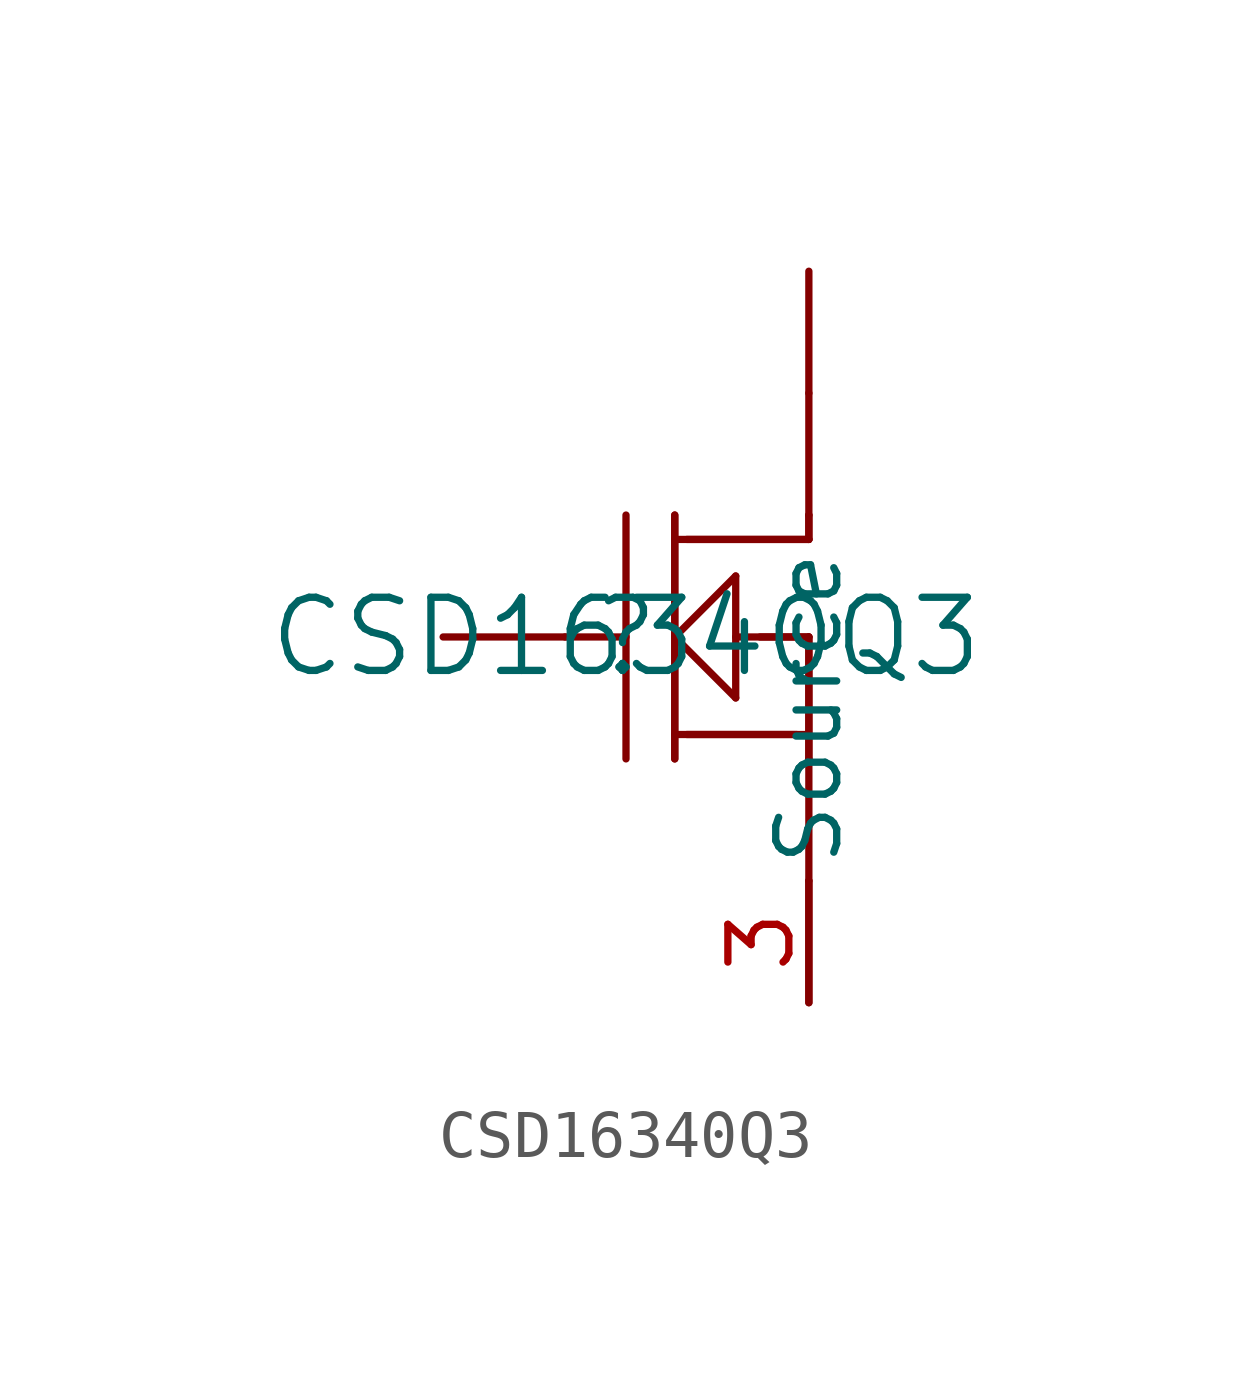
<source format=kicad_sym>
(kicad_symbol_lib
  (version 20211014)
  (generator kicad_symbol_editor)
  (symbol "CSD16340Q3"
    (pin_names
      (offset 0.254))
    (property "Reference" ""
      (at 0 0 0)
      (effects (font (size 1.524 1.524))))
    (property "Value" "CSD16340Q3"
      (at 0 0 0)
      (effects (font (size 1.524 1.524))))
    (polyline
      (pts (xy -3.81 0) (xy -1.27 0))
      (stroke (width 0.152) (type default) (color 0 0 0 0))
      (fill (type none)))
    (polyline
      (pts (xy 3.81 7.62) (xy 3.81 5.08))
      (stroke (width 0.152) (type default) (color 0 0 0 0))
      (fill (type none)))
    (polyline
      (pts (xy 3.81 -7.62) (xy 3.81 -5.08))
      (stroke (width 0.152) (type default) (color 0 0 0 0))
      (fill (type none)))
    (polyline
      (pts (xy 1.016 2.54) (xy 1.016 -2.54))
      (stroke (width 0.152) (type default) (color 0 0 0 0))
      (fill (type none)))
    (polyline
      (pts (xy 3.81 2.54) (xy 3.81 2.032))
      (stroke (width 0.152) (type default) (color 0 0 0 0))
      (fill (type none)))
    (polyline
      (pts (xy 3.81 2.032) (xy 1.27 2.032))
      (stroke (width 0.152) (type default) (color 0 0 0 0))
      (fill (type none)))
    (polyline
      (pts (xy 2.794 0) (xy 3.81 0))
      (stroke (width 0.152) (type default) (color 0 0 0 0))
      (fill (type none)))
    (polyline
      (pts (xy 3.81 0) (xy 3.81 -2.54))
      (stroke (width 0.152) (type default) (color 0 0 0 0))
      (fill (type none)))
    (polyline
      (pts (xy 1.27 -2.032) (xy 3.556 -2.032))
      (stroke (width 0.152) (type default) (color 0 0 0 0))
      (fill (type none)))
    (polyline
      (pts (xy 3.81 2.54) (xy 3.81 2.032))
      (stroke (width 0.152) (type default) (color 0 0 0 0))
      (fill (type none)))
    (polyline
      (pts (xy 3.81 2.032) (xy 1.016 2.032))
      (stroke (width 0.152) (type default) (color 0 0 0 0))
      (fill (type none)))
    (polyline
      (pts (xy 1.016 2.54) (xy 1.016 -2.54))
      (stroke (width 0.152) (type default) (color 0 0 0 0))
      (fill (type none)))
    (polyline
      (pts (xy 1.016 -2.032) (xy 3.81 -2.032))
      (stroke (width 0.152) (type default) (color 0 0 0 0))
      (fill (type none)))
    (polyline
      (pts (xy 1.016 0) (xy 2.286 1.27))
      (stroke (width 0.152) (type default) (color 0 0 0 0))
      (fill (type none)))
    (polyline
      (pts (xy 2.286 1.27) (xy 2.286 -1.27))
      (stroke (width 0.152) (type default) (color 0 0 0 0))
      (fill (type none)))
    (polyline
      (pts (xy 2.286 -1.27) (xy 1.016 0))
      (stroke (width 0.152) (type default) (color 0 0 0 0))
      (fill (type none)))
    (polyline
      (pts (xy 2.286 0) (xy 3.81 0))
      (stroke (width 0.152) (type default) (color 0 0 0 0))
      (fill (type none)))
    (polyline
      (pts (xy 3.81 0) (xy 3.81 -2.54))
      (stroke (width 0.152) (type default) (color 0 0 0 0))
      (fill (type none)))
    (polyline
      (pts (xy -1.27 0) (xy 0 0))
      (stroke (width 0.152) (type default) (color 0 0 0 0))
      (fill (type none)))
    (polyline
      (pts (xy 0 -2.54) (xy 0 2.54))
      (stroke (width 0.152) (type default) (color 0 0 0 0))
      (fill (type none)))
    (polyline
      (pts (xy 3.81 5.08) (xy 3.81 2.54))
      (stroke (width 0.152) (type default) (color 0 0 0 0))
      (fill (type none)))
    (polyline
      (pts (xy 3.81 -2.54) (xy 3.81 -5.08))
      (stroke (width 0.152) (type default) (color 0 0 0 0))
      (fill (type none)))
    (pin unspecified line
      (at 3.81 -7.62 90)
      (length 2.54)
      (name "Source" (effects (font (size 1.27 1.27))))
      (number "3" (effects (font (size 1.27 1.27)))))))
</source>
